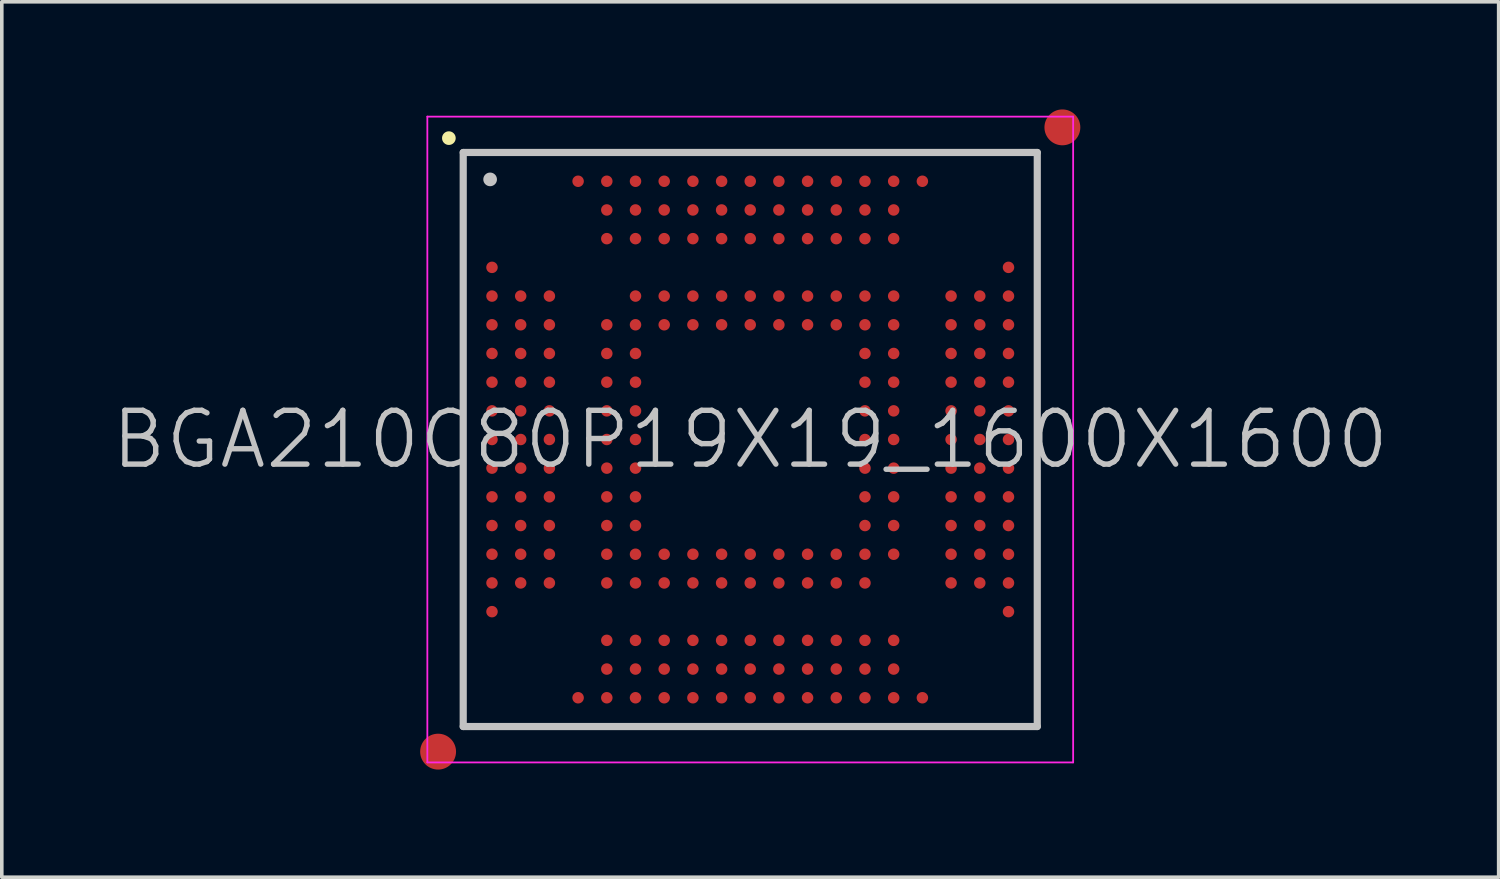
<source format=kicad_pcb>
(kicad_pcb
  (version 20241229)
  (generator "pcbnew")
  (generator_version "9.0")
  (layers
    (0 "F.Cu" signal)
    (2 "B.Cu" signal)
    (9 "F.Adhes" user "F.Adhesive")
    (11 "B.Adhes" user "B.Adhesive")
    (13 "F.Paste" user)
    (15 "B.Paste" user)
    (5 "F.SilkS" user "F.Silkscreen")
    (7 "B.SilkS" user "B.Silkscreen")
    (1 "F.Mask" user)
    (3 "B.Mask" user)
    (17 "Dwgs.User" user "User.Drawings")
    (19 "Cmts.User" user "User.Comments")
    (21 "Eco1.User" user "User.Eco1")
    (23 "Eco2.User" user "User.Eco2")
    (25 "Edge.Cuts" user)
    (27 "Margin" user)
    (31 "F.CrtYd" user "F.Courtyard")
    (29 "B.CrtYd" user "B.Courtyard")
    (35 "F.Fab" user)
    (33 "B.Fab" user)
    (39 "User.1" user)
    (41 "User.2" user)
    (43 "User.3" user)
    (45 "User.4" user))
  (footprint "BGA210C80P19X19_1600X1600"
    (layer "F.Cu")
    (at 17.861 9.2)
    (property "Reference" "BGA210C80P19X19_1600X1600" (at 0 0 0) (layer "Dwgs.User") (effects (font (size 1.5 1.5) (thickness 0.15))))
    (attr smd)
    (fp_line (start -8.4 -8.4) (end -8.4 -8.4) (stroke (width 0.381) (type solid)) (layer "F.SilkS"))
    (fp_line (start -8 -8) (end -8 8) (stroke (width 0.2) (type solid)) (layer "Dwgs.User"))
    (fp_line (start -8 -8) (end 8 -8) (stroke (width 0.2) (type solid)) (layer "Dwgs.User"))
    (fp_line (start -8 8) (end 8 8) (stroke (width 0.2) (type solid)) (layer "Dwgs.User"))
    (fp_line (start -7.25 -7.25) (end -7.25 -7.25) (stroke (width 0.381) (type solid)) (layer "Dwgs.User"))
    (fp_line (start 8 -8) (end 8 8) (stroke (width 0.2) (type solid)) (layer "Dwgs.User"))
    (fp_line (start -9 -9) (end -9 9) (stroke (width 0.05) (type solid)) (layer "F.CrtYd"))
    (fp_line (start -9 -9) (end 9 -9) (stroke (width 0.05) (type solid)) (layer "F.CrtYd"))
    (fp_line (start -9 9) (end 9 9) (stroke (width 0.05) (type solid)) (layer "F.CrtYd"))
    (fp_line (start 9 -9) (end 9 9) (stroke (width 0.05) (type solid)) (layer "F.CrtYd"))
    (pad "" smd circle (at -8.7 8.7) (size 1 1) (layers "F.Cu" "F.Mask"))
    (pad "" smd circle (at 8.7 -8.7) (size 1 1) (layers "F.Cu" "F.Mask"))
    (pad "A4" smd circle (at -4.798 -7.198 270) (size 0.32 0.32) (layers "F.Cu" "F.Mask" "F.Paste"))
    (pad "A5" smd circle (at -3.998 -7.198 270) (size 0.32 0.32) (layers "F.Cu" "F.Mask" "F.Paste"))
    (pad "A6" smd circle (at -3.198 -7.198 270) (size 0.32 0.32) (layers "F.Cu" "F.Mask" "F.Paste"))
    (pad "A7" smd circle (at -2.398 -7.198 270) (size 0.32 0.32) (layers "F.Cu" "F.Mask" "F.Paste"))
    (pad "A8" smd circle (at -1.598 -7.198 270) (size 0.32 0.32) (layers "F.Cu" "F.Mask" "F.Paste"))
    (pad "A9" smd circle (at -0.798 -7.198 270) (size 0.32 0.32) (layers "F.Cu" "F.Mask" "F.Paste"))
    (pad "A10" smd circle (at 0 -7.198 270) (size 0.32 0.32) (layers "F.Cu" "F.Mask" "F.Paste"))
    (pad "A11" smd circle (at 0.798 -7.198 270) (size 0.32 0.32) (layers "F.Cu" "F.Mask" "F.Paste"))
    (pad "A12" smd circle (at 1.598 -7.198 270) (size 0.32 0.32) (layers "F.Cu" "F.Mask" "F.Paste"))
    (pad "A13" smd circle (at 2.398 -7.198 270) (size 0.32 0.32) (layers "F.Cu" "F.Mask" "F.Paste"))
    (pad "A14" smd circle (at 3.198 -7.198 270) (size 0.32 0.32) (layers "F.Cu" "F.Mask" "F.Paste"))
    (pad "A15" smd circle (at 3.998 -7.198 270) (size 0.32 0.32) (layers "F.Cu" "F.Mask" "F.Paste"))
    (pad "A16" smd circle (at 4.798 -7.198 270) (size 0.32 0.32) (layers "F.Cu" "F.Mask" "F.Paste"))
    (pad "B5" smd circle (at -3.998 -6.398 270) (size 0.32 0.32) (layers "F.Cu" "F.Mask" "F.Paste"))
    (pad "B6" smd circle (at -3.198 -6.398 270) (size 0.32 0.32) (layers "F.Cu" "F.Mask" "F.Paste"))
    (pad "B7" smd circle (at -2.398 -6.398 270) (size 0.32 0.32) (layers "F.Cu" "F.Mask" "F.Paste"))
    (pad "B8" smd circle (at -1.598 -6.398 270) (size 0.32 0.32) (layers "F.Cu" "F.Mask" "F.Paste"))
    (pad "B9" smd circle (at -0.798 -6.398 270) (size 0.32 0.32) (layers "F.Cu" "F.Mask" "F.Paste"))
    (pad "B10" smd circle (at 0 -6.398 270) (size 0.32 0.32) (layers "F.Cu" "F.Mask" "F.Paste"))
    (pad "B11" smd circle (at 0.798 -6.398 270) (size 0.32 0.32) (layers "F.Cu" "F.Mask" "F.Paste"))
    (pad "B12" smd circle (at 1.598 -6.398 270) (size 0.32 0.32) (layers "F.Cu" "F.Mask" "F.Paste"))
    (pad "B13" smd circle (at 2.398 -6.398 270) (size 0.32 0.32) (layers "F.Cu" "F.Mask" "F.Paste"))
    (pad "B14" smd circle (at 3.198 -6.398 270) (size 0.32 0.32) (layers "F.Cu" "F.Mask" "F.Paste"))
    (pad "B15" smd circle (at 3.998 -6.398 270) (size 0.32 0.32) (layers "F.Cu" "F.Mask" "F.Paste"))
    (pad "C5" smd circle (at -3.998 -5.598 270) (size 0.32 0.32) (layers "F.Cu" "F.Mask" "F.Paste"))
    (pad "C6" smd circle (at -3.198 -5.598 270) (size 0.32 0.32) (layers "F.Cu" "F.Mask" "F.Paste"))
    (pad "C7" smd circle (at -2.398 -5.598 270) (size 0.32 0.32) (layers "F.Cu" "F.Mask" "F.Paste"))
    (pad "C8" smd circle (at -1.598 -5.598 270) (size 0.32 0.32) (layers "F.Cu" "F.Mask" "F.Paste"))
    (pad "C9" smd circle (at -0.798 -5.598 270) (size 0.32 0.32) (layers "F.Cu" "F.Mask" "F.Paste"))
    (pad "C10" smd circle (at 0 -5.598 270) (size 0.32 0.32) (layers "F.Cu" "F.Mask" "F.Paste"))
    (pad "C11" smd circle (at 0.798 -5.598 270) (size 0.32 0.32) (layers "F.Cu" "F.Mask" "F.Paste"))
    (pad "C12" smd circle (at 1.598 -5.598 270) (size 0.32 0.32) (layers "F.Cu" "F.Mask" "F.Paste"))
    (pad "C13" smd circle (at 2.398 -5.598 270) (size 0.32 0.32) (layers "F.Cu" "F.Mask" "F.Paste"))
    (pad "C14" smd circle (at 3.198 -5.598 270) (size 0.32 0.32) (layers "F.Cu" "F.Mask" "F.Paste"))
    (pad "C15" smd circle (at 3.998 -5.598 270) (size 0.32 0.32) (layers "F.Cu" "F.Mask" "F.Paste"))
    (pad "D1" smd circle (at -7.198 -4.798 270) (size 0.32 0.32) (layers "F.Cu" "F.Mask" "F.Paste"))
    (pad "D19" smd circle (at 7.198 -4.798 270) (size 0.32 0.32) (layers "F.Cu" "F.Mask" "F.Paste"))
    (pad "E1" smd circle (at -7.198 -3.998 270) (size 0.32 0.32) (layers "F.Cu" "F.Mask" "F.Paste"))
    (pad "E2" smd circle (at -6.398 -3.998 270) (size 0.32 0.32) (layers "F.Cu" "F.Mask" "F.Paste"))
    (pad "E3" smd circle (at -5.598 -3.998 270) (size 0.32 0.32) (layers "F.Cu" "F.Mask" "F.Paste"))
    (pad "E6" smd circle (at -3.198 -3.998 270) (size 0.32 0.32) (layers "F.Cu" "F.Mask" "F.Paste"))
    (pad "E7" smd circle (at -2.398 -3.998 270) (size 0.32 0.32) (layers "F.Cu" "F.Mask" "F.Paste"))
    (pad "E8" smd circle (at -1.598 -3.998 270) (size 0.32 0.32) (layers "F.Cu" "F.Mask" "F.Paste"))
    (pad "E9" smd circle (at -0.798 -3.998 270) (size 0.32 0.32) (layers "F.Cu" "F.Mask" "F.Paste"))
    (pad "E10" smd circle (at 0 -3.998 270) (size 0.32 0.32) (layers "F.Cu" "F.Mask" "F.Paste"))
    (pad "E11" smd circle (at 0.798 -3.998 270) (size 0.32 0.32) (layers "F.Cu" "F.Mask" "F.Paste"))
    (pad "E12" smd circle (at 1.598 -3.998 270) (size 0.32 0.32) (layers "F.Cu" "F.Mask" "F.Paste"))
    (pad "E13" smd circle (at 2.398 -3.998 270) (size 0.32 0.32) (layers "F.Cu" "F.Mask" "F.Paste"))
    (pad "E14" smd circle (at 3.198 -3.998 270) (size 0.32 0.32) (layers "F.Cu" "F.Mask" "F.Paste"))
    (pad "E15" smd circle (at 3.998 -3.998 270) (size 0.32 0.32) (layers "F.Cu" "F.Mask" "F.Paste"))
    (pad "E17" smd circle (at 5.598 -3.998 270) (size 0.32 0.32) (layers "F.Cu" "F.Mask" "F.Paste"))
    (pad "E18" smd circle (at 6.398 -3.998 270) (size 0.32 0.32) (layers "F.Cu" "F.Mask" "F.Paste"))
    (pad "E19" smd circle (at 7.198 -3.998 270) (size 0.32 0.32) (layers "F.Cu" "F.Mask" "F.Paste"))
    (pad "F1" smd circle (at -7.198 -3.198 270) (size 0.32 0.32) (layers "F.Cu" "F.Mask" "F.Paste"))
    (pad "F2" smd circle (at -6.398 -3.198 270) (size 0.32 0.32) (layers "F.Cu" "F.Mask" "F.Paste"))
    (pad "F3" smd circle (at -5.598 -3.198 270) (size 0.32 0.32) (layers "F.Cu" "F.Mask" "F.Paste"))
    (pad "F5" smd circle (at -3.998 -3.198 270) (size 0.32 0.32) (layers "F.Cu" "F.Mask" "F.Paste"))
    (pad "F6" smd circle (at -3.198 -3.198 270) (size 0.32 0.32) (layers "F.Cu" "F.Mask" "F.Paste"))
    (pad "F7" smd circle (at -2.398 -3.198 270) (size 0.32 0.32) (layers "F.Cu" "F.Mask" "F.Paste"))
    (pad "F8" smd circle (at -1.598 -3.198 270) (size 0.32 0.32) (layers "F.Cu" "F.Mask" "F.Paste"))
    (pad "F9" smd circle (at -0.798 -3.198 270) (size 0.32 0.32) (layers "F.Cu" "F.Mask" "F.Paste"))
    (pad "F10" smd circle (at 0 -3.198 270) (size 0.32 0.32) (layers "F.Cu" "F.Mask" "F.Paste"))
    (pad "F11" smd circle (at 0.798 -3.198 270) (size 0.32 0.32) (layers "F.Cu" "F.Mask" "F.Paste"))
    (pad "F12" smd circle (at 1.598 -3.198 270) (size 0.32 0.32) (layers "F.Cu" "F.Mask" "F.Paste"))
    (pad "F13" smd circle (at 2.398 -3.198 270) (size 0.32 0.32) (layers "F.Cu" "F.Mask" "F.Paste"))
    (pad "F14" smd circle (at 3.198 -3.198 270) (size 0.32 0.32) (layers "F.Cu" "F.Mask" "F.Paste"))
    (pad "F15" smd circle (at 3.998 -3.198 270) (size 0.32 0.32) (layers "F.Cu" "F.Mask" "F.Paste"))
    (pad "F17" smd circle (at 5.598 -3.198 270) (size 0.32 0.32) (layers "F.Cu" "F.Mask" "F.Paste"))
    (pad "F18" smd circle (at 6.398 -3.198 270) (size 0.32 0.32) (layers "F.Cu" "F.Mask" "F.Paste"))
    (pad "F19" smd circle (at 7.198 -3.198 270) (size 0.32 0.32) (layers "F.Cu" "F.Mask" "F.Paste"))
    (pad "G1" smd circle (at -7.198 -2.398 270) (size 0.32 0.32) (layers "F.Cu" "F.Mask" "F.Paste"))
    (pad "G2" smd circle (at -6.398 -2.398 270) (size 0.32 0.32) (layers "F.Cu" "F.Mask" "F.Paste"))
    (pad "G3" smd circle (at -5.598 -2.398 270) (size 0.32 0.32) (layers "F.Cu" "F.Mask" "F.Paste"))
    (pad "G5" smd circle (at -3.998 -2.398 270) (size 0.32 0.32) (layers "F.Cu" "F.Mask" "F.Paste"))
    (pad "G6" smd circle (at -3.198 -2.398 270) (size 0.32 0.32) (layers "F.Cu" "F.Mask" "F.Paste"))
    (pad "G14" smd circle (at 3.198 -2.398 270) (size 0.32 0.32) (layers "F.Cu" "F.Mask" "F.Paste"))
    (pad "G15" smd circle (at 3.998 -2.398 270) (size 0.32 0.32) (layers "F.Cu" "F.Mask" "F.Paste"))
    (pad "G17" smd circle (at 5.598 -2.398 270) (size 0.32 0.32) (layers "F.Cu" "F.Mask" "F.Paste"))
    (pad "G18" smd circle (at 6.398 -2.398 270) (size 0.32 0.32) (layers "F.Cu" "F.Mask" "F.Paste"))
    (pad "G19" smd circle (at 7.198 -2.398 270) (size 0.32 0.32) (layers "F.Cu" "F.Mask" "F.Paste"))
    (pad "H1" smd circle (at -7.198 -1.598 270) (size 0.32 0.32) (layers "F.Cu" "F.Mask" "F.Paste"))
    (pad "H2" smd circle (at -6.398 -1.598 270) (size 0.32 0.32) (layers "F.Cu" "F.Mask" "F.Paste"))
    (pad "H3" smd circle (at -5.598 -1.598 270) (size 0.32 0.32) (layers "F.Cu" "F.Mask" "F.Paste"))
    (pad "H5" smd circle (at -3.998 -1.598 270) (size 0.32 0.32) (layers "F.Cu" "F.Mask" "F.Paste"))
    (pad "H6" smd circle (at -3.198 -1.598 270) (size 0.32 0.32) (layers "F.Cu" "F.Mask" "F.Paste"))
    (pad "H14" smd circle (at 3.198 -1.598 270) (size 0.32 0.32) (layers "F.Cu" "F.Mask" "F.Paste"))
    (pad "H15" smd circle (at 3.998 -1.598 270) (size 0.32 0.32) (layers "F.Cu" "F.Mask" "F.Paste"))
    (pad "H17" smd circle (at 5.598 -1.598 270) (size 0.32 0.32) (layers "F.Cu" "F.Mask" "F.Paste"))
    (pad "H18" smd circle (at 6.398 -1.598 270) (size 0.32 0.32) (layers "F.Cu" "F.Mask" "F.Paste"))
    (pad "H19" smd circle (at 7.198 -1.598 270) (size 0.32 0.32) (layers "F.Cu" "F.Mask" "F.Paste"))
    (pad "J1" smd circle (at -7.198 -0.798 270) (size 0.32 0.32) (layers "F.Cu" "F.Mask" "F.Paste"))
    (pad "J2" smd circle (at -6.398 -0.798 270) (size 0.32 0.32) (layers "F.Cu" "F.Mask" "F.Paste"))
    (pad "J3" smd circle (at -5.598 -0.798 270) (size 0.32 0.32) (layers "F.Cu" "F.Mask" "F.Paste"))
    (pad "J5" smd circle (at -3.998 -0.798 270) (size 0.32 0.32) (layers "F.Cu" "F.Mask" "F.Paste"))
    (pad "J6" smd circle (at -3.198 -0.798 270) (size 0.32 0.32) (layers "F.Cu" "F.Mask" "F.Paste"))
    (pad "J14" smd circle (at 3.198 -0.798 270) (size 0.32 0.32) (layers "F.Cu" "F.Mask" "F.Paste"))
    (pad "J15" smd circle (at 3.998 -0.798 270) (size 0.32 0.32) (layers "F.Cu" "F.Mask" "F.Paste"))
    (pad "J17" smd circle (at 5.598 -0.798 270) (size 0.32 0.32) (layers "F.Cu" "F.Mask" "F.Paste"))
    (pad "J18" smd circle (at 6.398 -0.798 270) (size 0.32 0.32) (layers "F.Cu" "F.Mask" "F.Paste"))
    (pad "J19" smd circle (at 7.198 -0.798 270) (size 0.32 0.32) (layers "F.Cu" "F.Mask" "F.Paste"))
    (pad "K1" smd circle (at -7.198 0 270) (size 0.32 0.32) (layers "F.Cu" "F.Mask" "F.Paste"))
    (pad "K2" smd circle (at -6.398 0 270) (size 0.32 0.32) (layers "F.Cu" "F.Mask" "F.Paste"))
    (pad "K3" smd circle (at -5.598 0 270) (size 0.32 0.32) (layers "F.Cu" "F.Mask" "F.Paste"))
    (pad "K5" smd circle (at -3.998 0 270) (size 0.32 0.32) (layers "F.Cu" "F.Mask" "F.Paste"))
    (pad "K6" smd circle (at -3.198 0 270) (size 0.32 0.32) (layers "F.Cu" "F.Mask" "F.Paste"))
    (pad "K14" smd circle (at 3.198 0 270) (size 0.32 0.32) (layers "F.Cu" "F.Mask" "F.Paste"))
    (pad "K15" smd circle (at 3.998 0 270) (size 0.32 0.32) (layers "F.Cu" "F.Mask" "F.Paste"))
    (pad "K17" smd circle (at 5.598 0 270) (size 0.32 0.32) (layers "F.Cu" "F.Mask" "F.Paste"))
    (pad "K18" smd circle (at 6.398 0 270) (size 0.32 0.32) (layers "F.Cu" "F.Mask" "F.Paste"))
    (pad "K19" smd circle (at 7.198 0 270) (size 0.32 0.32) (layers "F.Cu" "F.Mask" "F.Paste"))
    (pad "L1" smd circle (at -7.198 0.798 270) (size 0.32 0.32) (layers "F.Cu" "F.Mask" "F.Paste"))
    (pad "L2" smd circle (at -6.398 0.798 270) (size 0.32 0.32) (layers "F.Cu" "F.Mask" "F.Paste"))
    (pad "L3" smd circle (at -5.598 0.798 270) (size 0.32 0.32) (layers "F.Cu" "F.Mask" "F.Paste"))
    (pad "L5" smd circle (at -3.998 0.798 270) (size 0.32 0.32) (layers "F.Cu" "F.Mask" "F.Paste"))
    (pad "L6" smd circle (at -3.198 0.798 270) (size 0.32 0.32) (layers "F.Cu" "F.Mask" "F.Paste"))
    (pad "L14" smd circle (at 3.198 0.798 270) (size 0.32 0.32) (layers "F.Cu" "F.Mask" "F.Paste"))
    (pad "L15" smd circle (at 3.998 0.798 270) (size 0.32 0.32) (layers "F.Cu" "F.Mask" "F.Paste"))
    (pad "L17" smd circle (at 5.598 0.798 270) (size 0.32 0.32) (layers "F.Cu" "F.Mask" "F.Paste"))
    (pad "L18" smd circle (at 6.398 0.798 270) (size 0.32 0.32) (layers "F.Cu" "F.Mask" "F.Paste"))
    (pad "L19" smd circle (at 7.198 0.798 270) (size 0.32 0.32) (layers "F.Cu" "F.Mask" "F.Paste"))
    (pad "M1" smd circle (at -7.198 1.598 270) (size 0.32 0.32) (layers "F.Cu" "F.Mask" "F.Paste"))
    (pad "M2" smd circle (at -6.398 1.598 270) (size 0.32 0.32) (layers "F.Cu" "F.Mask" "F.Paste"))
    (pad "M3" smd circle (at -5.598 1.598 270) (size 0.32 0.32) (layers "F.Cu" "F.Mask" "F.Paste"))
    (pad "M5" smd circle (at -3.998 1.598 270) (size 0.32 0.32) (layers "F.Cu" "F.Mask" "F.Paste"))
    (pad "M6" smd circle (at -3.198 1.598 270) (size 0.32 0.32) (layers "F.Cu" "F.Mask" "F.Paste"))
    (pad "M14" smd circle (at 3.198 1.598 270) (size 0.32 0.32) (layers "F.Cu" "F.Mask" "F.Paste"))
    (pad "M15" smd circle (at 3.998 1.598 270) (size 0.32 0.32) (layers "F.Cu" "F.Mask" "F.Paste"))
    (pad "M17" smd circle (at 5.598 1.598 270) (size 0.32 0.32) (layers "F.Cu" "F.Mask" "F.Paste"))
    (pad "M18" smd circle (at 6.398 1.598 270) (size 0.32 0.32) (layers "F.Cu" "F.Mask" "F.Paste"))
    (pad "M19" smd circle (at 7.198 1.598 270) (size 0.32 0.32) (layers "F.Cu" "F.Mask" "F.Paste"))
    (pad "N1" smd circle (at -7.198 2.398 270) (size 0.32 0.32) (layers "F.Cu" "F.Mask" "F.Paste"))
    (pad "N2" smd circle (at -6.398 2.398 270) (size 0.32 0.32) (layers "F.Cu" "F.Mask" "F.Paste"))
    (pad "N3" smd circle (at -5.598 2.398 270) (size 0.32 0.32) (layers "F.Cu" "F.Mask" "F.Paste"))
    (pad "N5" smd circle (at -3.998 2.398 270) (size 0.32 0.32) (layers "F.Cu" "F.Mask" "F.Paste"))
    (pad "N6" smd circle (at -3.198 2.398 270) (size 0.32 0.32) (layers "F.Cu" "F.Mask" "F.Paste"))
    (pad "N14" smd circle (at 3.198 2.398 270) (size 0.32 0.32) (layers "F.Cu" "F.Mask" "F.Paste"))
    (pad "N15" smd circle (at 3.998 2.398 270) (size 0.32 0.32) (layers "F.Cu" "F.Mask" "F.Paste"))
    (pad "N17" smd circle (at 5.598 2.398 270) (size 0.32 0.32) (layers "F.Cu" "F.Mask" "F.Paste"))
    (pad "N18" smd circle (at 6.398 2.398 270) (size 0.32 0.32) (layers "F.Cu" "F.Mask" "F.Paste"))
    (pad "N19" smd circle (at 7.198 2.398 270) (size 0.32 0.32) (layers "F.Cu" "F.Mask" "F.Paste"))
    (pad "P1" smd circle (at -7.198 3.198 270) (size 0.32 0.32) (layers "F.Cu" "F.Mask" "F.Paste"))
    (pad "P2" smd circle (at -6.398 3.198 270) (size 0.32 0.32) (layers "F.Cu" "F.Mask" "F.Paste"))
    (pad "P3" smd circle (at -5.598 3.198 270) (size 0.32 0.32) (layers "F.Cu" "F.Mask" "F.Paste"))
    (pad "P5" smd circle (at -3.998 3.198 270) (size 0.32 0.32) (layers "F.Cu" "F.Mask" "F.Paste"))
    (pad "P6" smd circle (at -3.198 3.198 270) (size 0.32 0.32) (layers "F.Cu" "F.Mask" "F.Paste"))
    (pad "P7" smd circle (at -2.398 3.198 270) (size 0.32 0.32) (layers "F.Cu" "F.Mask" "F.Paste"))
    (pad "P8" smd circle (at -1.598 3.198 270) (size 0.32 0.32) (layers "F.Cu" "F.Mask" "F.Paste"))
    (pad "P9" smd circle (at -0.798 3.198 270) (size 0.32 0.32) (layers "F.Cu" "F.Mask" "F.Paste"))
    (pad "P10" smd circle (at 0 3.198 270) (size 0.32 0.32) (layers "F.Cu" "F.Mask" "F.Paste"))
    (pad "P11" smd circle (at 0.798 3.198 270) (size 0.32 0.32) (layers "F.Cu" "F.Mask" "F.Paste"))
    (pad "P12" smd circle (at 1.598 3.198 270) (size 0.32 0.32) (layers "F.Cu" "F.Mask" "F.Paste"))
    (pad "P13" smd circle (at 2.398 3.198 270) (size 0.32 0.32) (layers "F.Cu" "F.Mask" "F.Paste"))
    (pad "P14" smd circle (at 3.198 3.198 270) (size 0.32 0.32) (layers "F.Cu" "F.Mask" "F.Paste"))
    (pad "P15" smd circle (at 3.998 3.198 270) (size 0.32 0.32) (layers "F.Cu" "F.Mask" "F.Paste"))
    (pad "P17" smd circle (at 5.598 3.198 270) (size 0.32 0.32) (layers "F.Cu" "F.Mask" "F.Paste"))
    (pad "P18" smd circle (at 6.398 3.198 270) (size 0.32 0.32) (layers "F.Cu" "F.Mask" "F.Paste"))
    (pad "P19" smd circle (at 7.198 3.198 270) (size 0.32 0.32) (layers "F.Cu" "F.Mask" "F.Paste"))
    (pad "R1" smd circle (at -7.198 3.998 270) (size 0.32 0.32) (layers "F.Cu" "F.Mask" "F.Paste"))
    (pad "R2" smd circle (at -6.398 3.998 270) (size 0.32 0.32) (layers "F.Cu" "F.Mask" "F.Paste"))
    (pad "R3" smd circle (at -5.598 3.998 270) (size 0.32 0.32) (layers "F.Cu" "F.Mask" "F.Paste"))
    (pad "R5" smd circle (at -3.998 3.998 270) (size 0.32 0.32) (layers "F.Cu" "F.Mask" "F.Paste"))
    (pad "R6" smd circle (at -3.198 3.998 270) (size 0.32 0.32) (layers "F.Cu" "F.Mask" "F.Paste"))
    (pad "R7" smd circle (at -2.398 3.998 270) (size 0.32 0.32) (layers "F.Cu" "F.Mask" "F.Paste"))
    (pad "R8" smd circle (at -1.598 3.998 270) (size 0.32 0.32) (layers "F.Cu" "F.Mask" "F.Paste"))
    (pad "R9" smd circle (at -0.798 3.998 270) (size 0.32 0.32) (layers "F.Cu" "F.Mask" "F.Paste"))
    (pad "R10" smd circle (at 0 3.998 270) (size 0.32 0.32) (layers "F.Cu" "F.Mask" "F.Paste"))
    (pad "R11" smd circle (at 0.798 3.998 270) (size 0.32 0.32) (layers "F.Cu" "F.Mask" "F.Paste"))
    (pad "R12" smd circle (at 1.598 3.998 270) (size 0.32 0.32) (layers "F.Cu" "F.Mask" "F.Paste"))
    (pad "R13" smd circle (at 2.398 3.998 270) (size 0.32 0.32) (layers "F.Cu" "F.Mask" "F.Paste"))
    (pad "R14" smd circle (at 3.198 3.998 270) (size 0.32 0.32) (layers "F.Cu" "F.Mask" "F.Paste"))
    (pad "R17" smd circle (at 5.598 3.998 270) (size 0.32 0.32) (layers "F.Cu" "F.Mask" "F.Paste"))
    (pad "R18" smd circle (at 6.398 3.998 270) (size 0.32 0.32) (layers "F.Cu" "F.Mask" "F.Paste"))
    (pad "R19" smd circle (at 7.198 3.998 270) (size 0.32 0.32) (layers "F.Cu" "F.Mask" "F.Paste"))
    (pad "T1" smd circle (at -7.198 4.798 270) (size 0.32 0.32) (layers "F.Cu" "F.Mask" "F.Paste"))
    (pad "T19" smd circle (at 7.198 4.798 270) (size 0.32 0.32) (layers "F.Cu" "F.Mask" "F.Paste"))
    (pad "U5" smd circle (at -3.998 5.598 270) (size 0.32 0.32) (layers "F.Cu" "F.Mask" "F.Paste"))
    (pad "U6" smd circle (at -3.198 5.598 270) (size 0.32 0.32) (layers "F.Cu" "F.Mask" "F.Paste"))
    (pad "U7" smd circle (at -2.398 5.598 270) (size 0.32 0.32) (layers "F.Cu" "F.Mask" "F.Paste"))
    (pad "U8" smd circle (at -1.598 5.598 270) (size 0.32 0.32) (layers "F.Cu" "F.Mask" "F.Paste"))
    (pad "U9" smd circle (at -0.798 5.598 270) (size 0.32 0.32) (layers "F.Cu" "F.Mask" "F.Paste"))
    (pad "U10" smd circle (at 0 5.598 270) (size 0.32 0.32) (layers "F.Cu" "F.Mask" "F.Paste"))
    (pad "U11" smd circle (at 0.798 5.598 270) (size 0.32 0.32) (layers "F.Cu" "F.Mask" "F.Paste"))
    (pad "U12" smd circle (at 1.598 5.598 270) (size 0.32 0.32) (layers "F.Cu" "F.Mask" "F.Paste"))
    (pad "U13" smd circle (at 2.398 5.598 270) (size 0.32 0.32) (layers "F.Cu" "F.Mask" "F.Paste"))
    (pad "U14" smd circle (at 3.198 5.598 270) (size 0.32 0.32) (layers "F.Cu" "F.Mask" "F.Paste"))
    (pad "U15" smd circle (at 3.998 5.598 270) (size 0.32 0.32) (layers "F.Cu" "F.Mask" "F.Paste"))
    (pad "V5" smd circle (at -3.998 6.398 270) (size 0.32 0.32) (layers "F.Cu" "F.Mask" "F.Paste"))
    (pad "V6" smd circle (at -3.198 6.398 270) (size 0.32 0.32) (layers "F.Cu" "F.Mask" "F.Paste"))
    (pad "V7" smd circle (at -2.398 6.398 270) (size 0.32 0.32) (layers "F.Cu" "F.Mask" "F.Paste"))
    (pad "V8" smd circle (at -1.598 6.398 270) (size 0.32 0.32) (layers "F.Cu" "F.Mask" "F.Paste"))
    (pad "V9" smd circle (at -0.798 6.398 270) (size 0.32 0.32) (layers "F.Cu" "F.Mask" "F.Paste"))
    (pad "V10" smd circle (at 0 6.398 270) (size 0.32 0.32) (layers "F.Cu" "F.Mask" "F.Paste"))
    (pad "V11" smd circle (at 0.798 6.398 270) (size 0.32 0.32) (layers "F.Cu" "F.Mask" "F.Paste"))
    (pad "V12" smd circle (at 1.598 6.398 270) (size 0.32 0.32) (layers "F.Cu" "F.Mask" "F.Paste"))
    (pad "V13" smd circle (at 2.398 6.398 270) (size 0.32 0.32) (layers "F.Cu" "F.Mask" "F.Paste"))
    (pad "V14" smd circle (at 3.198 6.398 270) (size 0.32 0.32) (layers "F.Cu" "F.Mask" "F.Paste"))
    (pad "V15" smd circle (at 3.998 6.398 270) (size 0.32 0.32) (layers "F.Cu" "F.Mask" "F.Paste"))
    (pad "W4" smd circle (at -4.798 7.198 270) (size 0.32 0.32) (layers "F.Cu" "F.Mask" "F.Paste"))
    (pad "W5" smd circle (at -3.998 7.198 270) (size 0.32 0.32) (layers "F.Cu" "F.Mask" "F.Paste"))
    (pad "W6" smd circle (at -3.198 7.198 270) (size 0.32 0.32) (layers "F.Cu" "F.Mask" "F.Paste"))
    (pad "W7" smd circle (at -2.398 7.198 270) (size 0.32 0.32) (layers "F.Cu" "F.Mask" "F.Paste"))
    (pad "W8" smd circle (at -1.598 7.198 270) (size 0.32 0.32) (layers "F.Cu" "F.Mask" "F.Paste"))
    (pad "W9" smd circle (at -0.798 7.198 270) (size 0.32 0.32) (layers "F.Cu" "F.Mask" "F.Paste"))
    (pad "W10" smd circle (at 0 7.198 270) (size 0.32 0.32) (layers "F.Cu" "F.Mask" "F.Paste"))
    (pad "W11" smd circle (at 0.798 7.198 270) (size 0.32 0.32) (layers "F.Cu" "F.Mask" "F.Paste"))
    (pad "W12" smd circle (at 1.598 7.198 270) (size 0.32 0.32) (layers "F.Cu" "F.Mask" "F.Paste"))
    (pad "W13" smd circle (at 2.398 7.198 270) (size 0.32 0.32) (layers "F.Cu" "F.Mask" "F.Paste"))
    (pad "W14" smd circle (at 3.198 7.198 270) (size 0.32 0.32) (layers "F.Cu" "F.Mask" "F.Paste"))
    (pad "W15" smd circle (at 3.998 7.198 270) (size 0.32 0.32) (layers "F.Cu" "F.Mask" "F.Paste"))
    (pad "W16" smd circle (at 4.798 7.198 270) (size 0.32 0.32) (layers "F.Cu" "F.Mask" "F.Paste")))
  (gr_rect
    (start -3 -3)
    (end 38.721 21.4)
    (stroke (width 0.1) (type default))
    (fill no)
    (layer "Edge.Cuts")))
</source>
